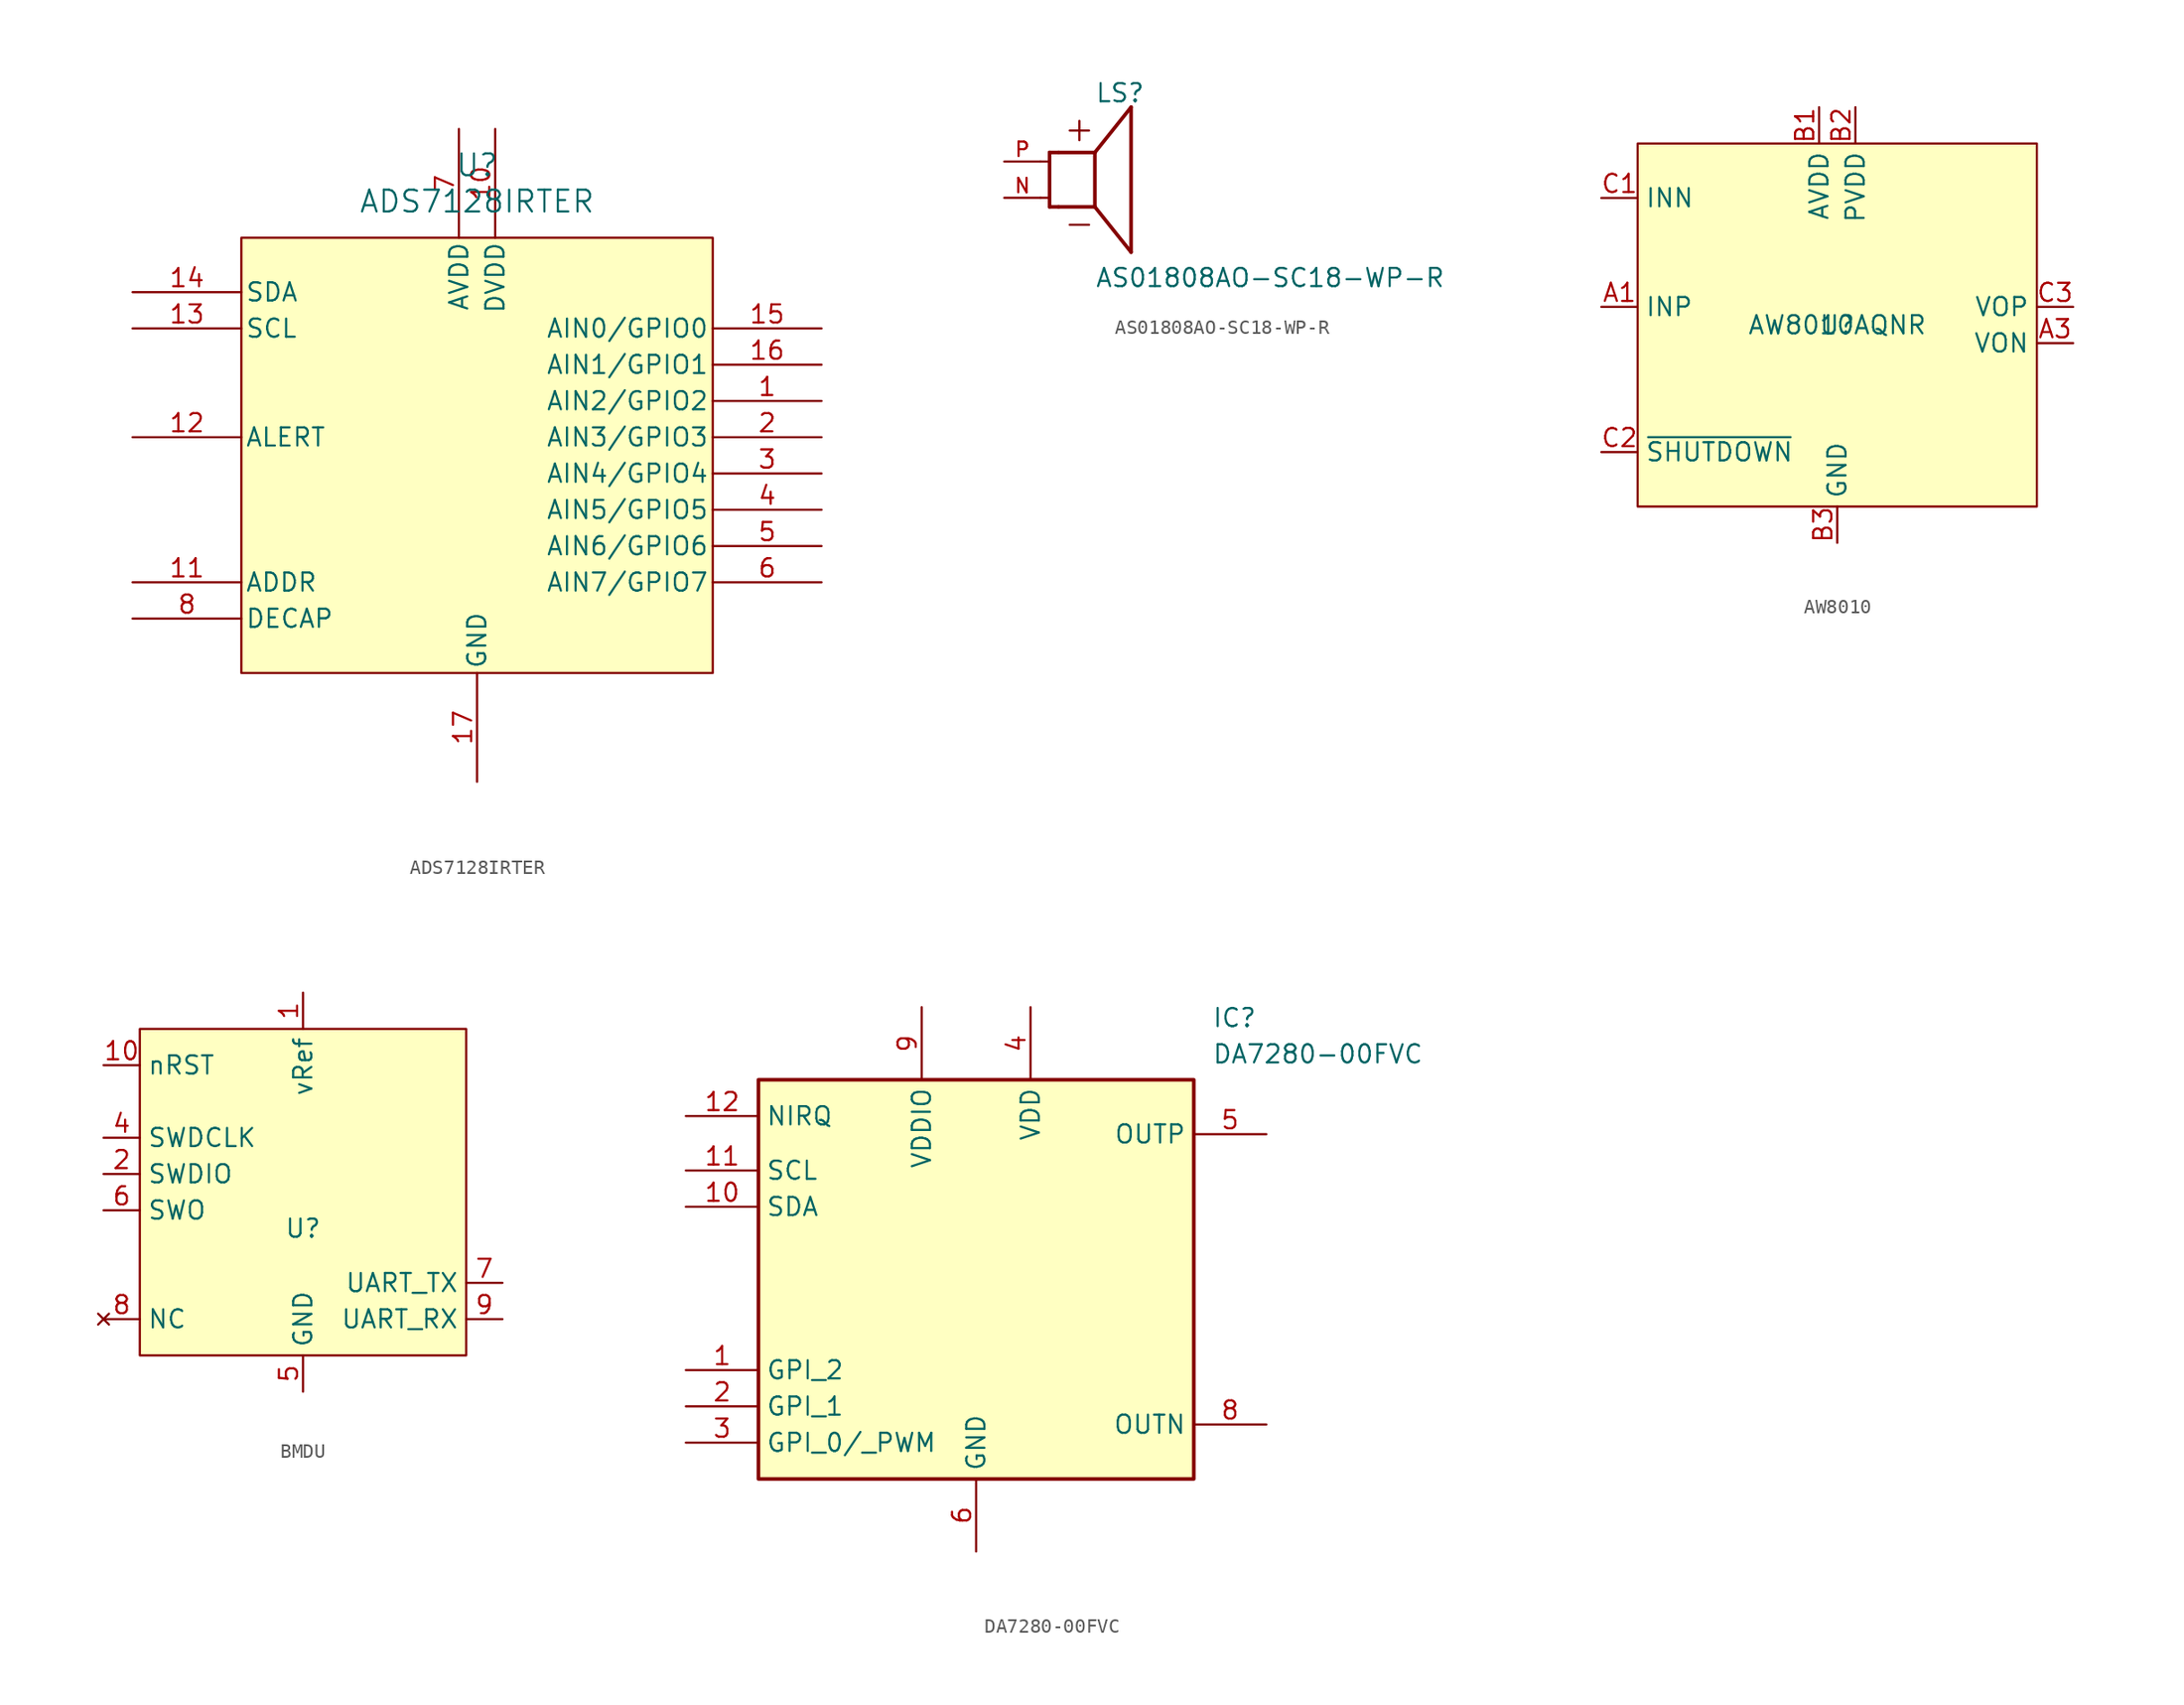
<source format=kicad_sym>
(kicad_symbol_lib
  (version 20241209)
  (generator "kicad_symbol_editor")
  (generator_version "9.0")
  (symbol "ADS7128IRTER"
    (pin_names
      (offset 0.254))
    (property "Reference" "U"
      (at 0 20.32 0)
      (effects (font (size 1.524 1.524))))
    (property "Value" "ADS7128IRTER"
      (at 0 17.78 0)
      (effects (font (size 1.524 1.524))))
    (symbol "ADS7128IRTER_0_1"
      (pin bidirectional line (at -24.13 11.43 0) (length 7.62) (name "SDA" (effects (font (size 1.27 1.27)))) (number "14" (effects (font (size 1.27 1.27)))))
      (pin input line (at -24.13 8.89 0) (length 7.62) (name "SCL" (effects (font (size 1.27 1.27)))) (number "13" (effects (font (size 1.27 1.27)))))
      (pin output line (at -24.13 1.27 0) (length 7.62) (name "ALERT" (effects (font (size 1.27 1.27)))) (number "12" (effects (font (size 1.27 1.27)))))
      (pin input line (at -24.13 -8.89 0) (length 7.62) (name "ADDR" (effects (font (size 1.27 1.27)))) (number "11" (effects (font (size 1.27 1.27)))))
      (pin power_in line (at -1.27 22.86 270) (length 7.62) (name "AVDD" (effects (font (size 1.27 1.27)))) (number "7" (effects (font (size 1.27 1.27)))))
      (pin power_in line (at 1.27 22.86 270) (length 7.62) (name "DVDD" (effects (font (size 1.27 1.27)))) (number "10" (effects (font (size 1.27 1.27)))))
      (pin bidirectional line (at 24.13 8.89 180) (length 7.62) (name "AIN0/GPIO0" (effects (font (size 1.27 1.27)))) (number "15" (effects (font (size 1.27 1.27)))))
      (pin bidirectional line (at 24.13 6.35 180) (length 7.62) (name "AIN1/GPIO1" (effects (font (size 1.27 1.27)))) (number "16" (effects (font (size 1.27 1.27)))))
      (pin bidirectional line (at 24.13 3.81 180) (length 7.62) (name "AIN2/GPIO2" (effects (font (size 1.27 1.27)))) (number "1" (effects (font (size 1.27 1.27)))))
      (pin bidirectional line (at 24.13 1.27 180) (length 7.62) (name "AIN3/GPIO3" (effects (font (size 1.27 1.27)))) (number "2" (effects (font (size 1.27 1.27)))))
      (pin bidirectional line (at 24.13 -1.27 180) (length 7.62) (name "AIN4/GPIO4" (effects (font (size 1.27 1.27)))) (number "3" (effects (font (size 1.27 1.27)))))
      (pin bidirectional line (at 24.13 -3.81 180) (length 7.62) (name "AIN5/GPIO5" (effects (font (size 1.27 1.27)))) (number "4" (effects (font (size 1.27 1.27)))))
      (pin bidirectional line (at 24.13 -6.35 180) (length 7.62) (name "AIN6/GPIO6" (effects (font (size 1.27 1.27)))) (number "5" (effects (font (size 1.27 1.27)))))
      (pin bidirectional line (at 24.13 -8.89 180) (length 7.62) (name "AIN7/GPIO7" (effects (font (size 1.27 1.27)))) (number "6" (effects (font (size 1.27 1.27))))))
    (symbol "ADS7128IRTER_1_1"
      (rectangle (start -16.51 15.24) (end 16.51 -15.24) (stroke (width 0) (type solid)) (fill (type background)))
      (pin input line (at -24.13 -11.43 0) (length 7.62) (name "DECAP" (effects (font (size 1.27 1.27)))) (number "8" (effects (font (size 1.27 1.27)))))
      (pin power_in line (at 0 -22.86 90) (length 7.62) (name "GND" (effects (font (size 1.27 1.27)))) (number "17" (effects (font (size 1.27 1.27)))))
      (pin passive line (at 0 -22.86 90) (length 7.62) (hide yes) (name "GND" (effects (font (size 1.27 1.27)))) (number "9" (effects (font (size 1.27 1.27)))))))
  (symbol "AS01808AO-SC18-WP-R"
    (pin_names
      (offset 1.016))
    (property "Reference" "LS"
      (at 0 5.334 0)
      (effects (font (size 1.27 1.27)) (justify left bottom)))
    (property "Value" "AS01808AO-SC18-WP-R"
      (at 0 -7.62 0)
      (effects (font (size 1.27 1.27)) (justify left bottom)))
    (symbol "AS01808AO-SC18-WP-R_0_0"
      (polyline (pts (xy -3.81 1.27) (xy -3.175 1.27)) (stroke (width 0.152) (type default)) (fill (type none)))
      (polyline (pts (xy -3.175 1.905) (xy -3.175 -1.905)) (stroke (width 0.254) (type default)) (fill (type none)))
      (polyline (pts (xy -3.175 1.905) (xy -2.54 1.905)) (stroke (width 0.254) (type default)) (fill (type none)))
      (polyline (pts (xy -3.175 -1.27) (xy -3.81 -1.27)) (stroke (width 0.152) (type default)) (fill (type none)))
      (polyline (pts (xy -3.175 -1.905) (xy -2.54 -1.905)) (stroke (width 0.254) (type default)) (fill (type none)))
      (polyline (pts (xy -2.54 1.905) (xy 0 1.905)) (stroke (width 0.254) (type default)) (fill (type none)))
      (polyline (pts (xy -2.54 -1.905) (xy 0 -1.905)) (stroke (width 0.254) (type default)) (fill (type none)))
      (polyline (pts (xy 0 1.905) (xy 2.54 5.08)) (stroke (width 0.254) (type default)) (fill (type none)))
      (polyline (pts (xy 0 -1.905) (xy 0 1.905)) (stroke (width 0.254) (type default)) (fill (type none)))
      (polyline (pts (xy 0 -1.905) (xy 2.54 -5.08)) (stroke (width 0.254) (type default)) (fill (type none)))
      (polyline (pts (xy 2.54 -5.08) (xy 2.54 5.08)) (stroke (width 0.254) (type default)) (fill (type none)))
      (text "+" (at -2.286 2.54 0) (effects (font (size 1.778 1.778)) (justify left bottom)))
      (text "-" (at -2.286 -4.064 0) (effects (font (size 1.778 1.778)) (justify left bottom)))
      (pin passive line (at -6.35 1.27 0) (length 2.54) (name "~" (effects (font (size 1.016 1.016)))) (number "P" (effects (font (size 1.016 1.016))))))
    (symbol "AS01808AO-SC18-WP-R_1_0"
      (pin passive line (at -6.35 -1.27 0) (length 2.54) (name "~" (effects (font (size 1.016 1.016)))) (number "N" (effects (font (size 1.016 1.016)))))))
  (symbol "AW8010"
    (property "Reference" "U"
      (at 0 0 0)
      (effects (font (size 1.27 1.27))))
    (property "Value" "AW8010AQNR"
      (at 0 0 0)
      (effects (font (size 1.27 1.27))))
    (symbol "AW8010_1_1"
      (rectangle (start -13.97 12.7) (end 13.97 -12.7) (stroke (width 0) (type solid)) (fill (type background)))
      (pin input line (at -16.51 8.89 0) (length 2.54) (name "INN" (effects (font (size 1.27 1.27)))) (number "C1" (effects (font (size 1.27 1.27)))))
      (pin input line (at -16.51 1.27 0) (length 2.54) (name "INP" (effects (font (size 1.27 1.27)))) (number "A1" (effects (font (size 1.27 1.27)))))
      (pin input line (at -16.51 -8.89 0) (length 2.54) (name "~{SHUTDOWN}" (effects (font (size 1.27 1.27)))) (number "C2" (effects (font (size 1.27 1.27)))))
      (pin input line (at -1.27 15.24 270) (length 2.54) (name "AVDD" (effects (font (size 1.27 1.27)))) (number "B1" (effects (font (size 1.27 1.27)))))
      (pin input line (at 0 -15.24 90) (length 2.54) (name "GND" (effects (font (size 1.27 1.27)))) (number "B3" (effects (font (size 1.27 1.27)))))
      (pin input line (at 1.27 15.24 270) (length 2.54) (name "PVDD" (effects (font (size 1.27 1.27)))) (number "B2" (effects (font (size 1.27 1.27)))))
      (pin input line (at 16.51 1.27 180) (length 2.54) (name "VOP" (effects (font (size 1.27 1.27)))) (number "C3" (effects (font (size 1.27 1.27)))))
      (pin input line (at 16.51 -1.27 180) (length 2.54) (name "VON" (effects (font (size 1.27 1.27)))) (number "A3" (effects (font (size 1.27 1.27)))))))
  (symbol "BMDU"
    (property "Reference" "U"
      (at 0 -2.54 0)
      (effects (font (size 1.27 1.27))))
    (property "Value" ""
      (at 0 -2.54 0)
      (effects (font (size 1.27 1.27))))
    (symbol "BMDU_1_1"
      (rectangle (start -11.43 11.43) (end 11.43 -11.43) (stroke (width 0) (type solid)) (fill (type background)))
      (pin input line (at -13.97 8.89 0) (length 2.54) (name "nRST" (effects (font (size 1.27 1.27)))) (number "10" (effects (font (size 1.27 1.27)))))
      (pin input line (at -13.97 3.81 0) (length 2.54) (name "SWDCLK" (effects (font (size 1.27 1.27)))) (number "4" (effects (font (size 1.27 1.27)))))
      (pin input line (at -13.97 1.27 0) (length 2.54) (name "SWDIO" (effects (font (size 1.27 1.27)))) (number "2" (effects (font (size 1.27 1.27)))))
      (pin input line (at -13.97 -1.27 0) (length 2.54) (name "SWO" (effects (font (size 1.27 1.27)))) (number "6" (effects (font (size 1.27 1.27)))))
      (pin no_connect line (at -13.97 -8.89 0) (length 2.54) (name "NC" (effects (font (size 1.27 1.27)))) (number "8" (effects (font (size 1.27 1.27)))))
      (pin input line (at 0 13.97 270) (length 2.54) (name "vRef" (effects (font (size 1.27 1.27)))) (number "1" (effects (font (size 1.27 1.27)))))
      (pin input line (at 0 -13.97 90) (length 2.54) (hide yes) (name "GND" (effects (font (size 1.27 1.27)))) (number "3" (effects (font (size 1.27 1.27)))))
      (pin input line (at 0 -13.97 90) (length 2.54) (name "GND" (effects (font (size 1.27 1.27)))) (number "5" (effects (font (size 1.27 1.27)))))
      (pin input line (at 13.97 -6.35 180) (length 2.54) (name "UART_TX" (effects (font (size 1.27 1.27)))) (number "7" (effects (font (size 1.27 1.27)))))
      (pin input line (at 13.97 -8.89 180) (length 2.54) (name "UART_RX" (effects (font (size 1.27 1.27)))) (number "9" (effects (font (size 1.27 1.27)))))))
  (symbol "DA7280-00FVC"
    (property "Reference" "IC"
      (at 16.51 17.78 0)
      (effects (font (size 1.27 1.27)) (justify left top)))
    (property "Value" "DA7280-00FVC"
      (at 16.51 15.24 0)
      (effects (font (size 1.27 1.27)) (justify left top)))
    (symbol "DA7280-00FVC_1_1"
      (rectangle (start -15.24 12.7) (end 15.24 -15.24) (stroke (width 0.254) (type default)) (fill (type background)))
      (pin passive line (at -20.32 10.16 0) (length 5.08) (name "NIRQ" (effects (font (size 1.27 1.27)))) (number "12" (effects (font (size 1.27 1.27)))))
      (pin passive line (at -20.32 6.35 0) (length 5.08) (name "SCL" (effects (font (size 1.27 1.27)))) (number "11" (effects (font (size 1.27 1.27)))))
      (pin passive line (at -20.32 3.81 0) (length 5.08) (name "SDA" (effects (font (size 1.27 1.27)))) (number "10" (effects (font (size 1.27 1.27)))))
      (pin passive line (at -20.32 -7.62 0) (length 5.08) (name "GPI_2" (effects (font (size 1.27 1.27)))) (number "1" (effects (font (size 1.27 1.27)))))
      (pin passive line (at -20.32 -10.16 0) (length 5.08) (name "GPI_1" (effects (font (size 1.27 1.27)))) (number "2" (effects (font (size 1.27 1.27)))))
      (pin passive line (at -20.32 -12.7 0) (length 5.08) (name "GPI_0/_PWM" (effects (font (size 1.27 1.27)))) (number "3" (effects (font (size 1.27 1.27)))))
      (pin passive line (at -3.81 17.78 270) (length 5.08) (name "VDDIO" (effects (font (size 1.27 1.27)))) (number "9" (effects (font (size 1.27 1.27)))))
      (pin passive line (at 0 -20.32 90) (length 5.08) (name "GND" (effects (font (size 1.27 1.27)))) (number "6" (effects (font (size 1.27 1.27)))))
      (pin passive line (at 0 -20.32 90) (length 5.08) (hide yes) (name "GND_2" (effects (font (size 1.27 1.27)))) (number "7" (effects (font (size 1.27 1.27)))))
      (pin passive line (at 3.81 17.78 270) (length 5.08) (name "VDD" (effects (font (size 1.27 1.27)))) (number "4" (effects (font (size 1.27 1.27)))))
      (pin passive line (at 20.32 8.89 180) (length 5.08) (name "OUTP" (effects (font (size 1.27 1.27)))) (number "5" (effects (font (size 1.27 1.27)))))
      (pin passive line (at 20.32 -11.43 180) (length 5.08) (name "OUTN" (effects (font (size 1.27 1.27)))) (number "8" (effects (font (size 1.27 1.27))))))))
</source>
